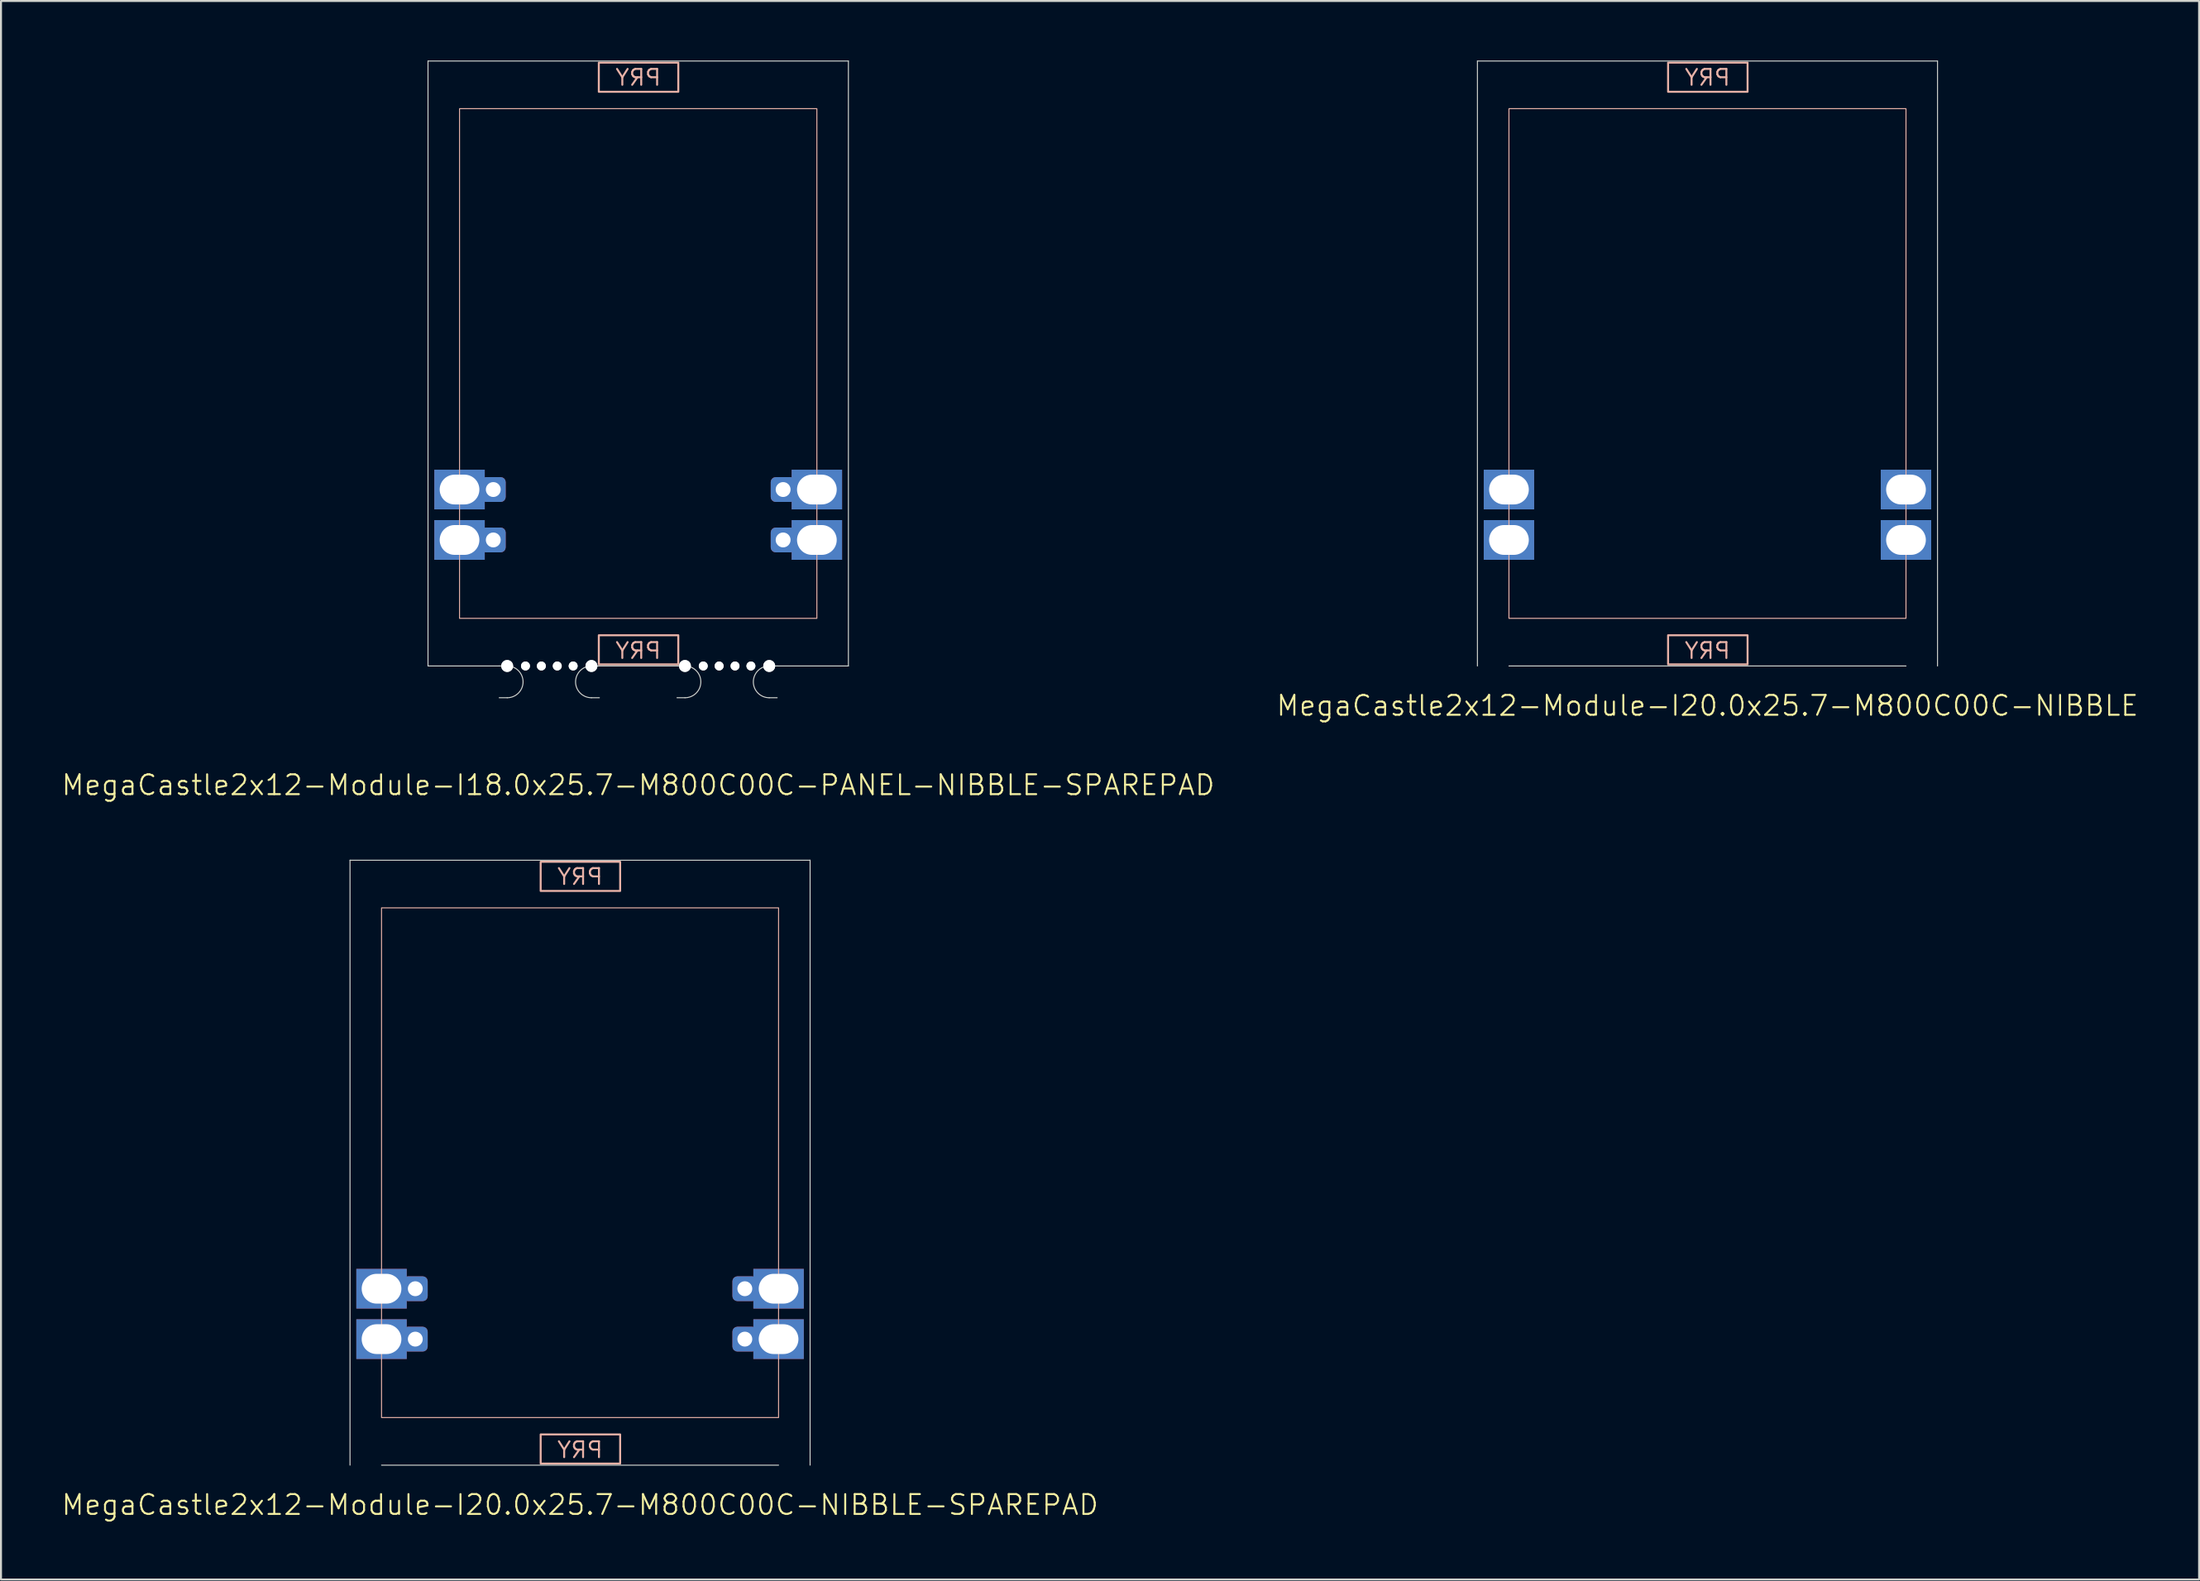
<source format=kicad_pcb>
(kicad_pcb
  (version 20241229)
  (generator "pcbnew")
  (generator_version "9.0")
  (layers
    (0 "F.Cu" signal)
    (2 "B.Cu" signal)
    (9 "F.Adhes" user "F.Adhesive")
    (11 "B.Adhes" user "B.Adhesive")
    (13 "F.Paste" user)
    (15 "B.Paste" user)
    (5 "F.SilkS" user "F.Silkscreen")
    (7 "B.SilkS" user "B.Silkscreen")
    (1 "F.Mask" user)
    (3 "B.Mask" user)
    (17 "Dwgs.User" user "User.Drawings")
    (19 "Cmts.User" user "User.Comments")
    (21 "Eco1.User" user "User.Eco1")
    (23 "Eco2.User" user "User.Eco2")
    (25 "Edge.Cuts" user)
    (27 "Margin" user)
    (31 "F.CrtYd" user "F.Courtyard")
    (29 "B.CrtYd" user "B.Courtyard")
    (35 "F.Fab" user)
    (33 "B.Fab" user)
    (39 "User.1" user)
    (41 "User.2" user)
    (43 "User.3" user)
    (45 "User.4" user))
  (footprint "MegaCastle2x12-Module-I18.0x25.7-M800C00C-PANEL-NIBBLE-SPAREPAD"
    (layer "F.Cu")
    (at 29.098 15.265)
    (property "Reference" "MegaCastle2x12-Module-I18.0x25.7-M800C00C-PANEL-NIBBLE-SPAREPAD" (at 0 21.24 0) (unlocked yes) (layer "F.SilkS") (effects (font (size 1 1) (thickness 0.1))))
    (attr smd)
    (fp_rect (start -9 12.84) (end 9 -12.84) (stroke (width 0.05) (type default)) (fill no) (layer "B.SilkS"))
    (fp_rect (start -1.984 -13.691) (end 2.02 -15.16) (stroke (width 0.1) (type default)) (fill no) (layer "B.SilkS"))
    (fp_rect (start -1.984 13.691) (end 2.02 15.16) (stroke (width 0.1) (type default)) (fill no) (layer "B.SilkS"))
    (fp_line (start -10.588 -15.24) (end -10.588 15.24) (stroke (width 0.05) (type default)) (layer "Edge.Cuts"))
    (fp_line (start -10.588 -15.24) (end 10.588 -15.24) (stroke (width 0.05) (type default)) (layer "Edge.Cuts"))
    (fp_line (start -10.588 15.24) (end -7 15.24) (stroke (width 0.05) (type default)) (layer "Edge.Cuts"))
    (fp_line (start -7 15.24) (end -6.6 15.24) (stroke (width 0.05) (type default)) (layer "Edge.Cuts"))
    (fp_line (start -7 16.84) (end -6.6 16.84) (stroke (width 0.05) (type default)) (layer "Edge.Cuts"))
    (fp_line (start -1.955 15.24) (end -2.355 15.24) (stroke (width 0.05) (type default)) (layer "Edge.Cuts"))
    (fp_line (start -1.955 15.24) (end 1.955 15.24) (stroke (width 0.05) (type default)) (layer "Edge.Cuts"))
    (fp_line (start -1.955 16.84) (end -2.355 16.84) (stroke (width 0.05) (type default)) (layer "Edge.Cuts"))
    (fp_line (start 1.955 15.24) (end 2.355 15.24) (stroke (width 0.05) (type default)) (layer "Edge.Cuts"))
    (fp_line (start 1.955 16.84) (end 2.355 16.84) (stroke (width 0.05) (type default)) (layer "Edge.Cuts"))
    (fp_line (start 7 15.24) (end 6.6 15.24) (stroke (width 0.05) (type default)) (layer "Edge.Cuts"))
    (fp_line (start 7 15.24) (end 10.588 15.24) (stroke (width 0.05) (type default)) (layer "Edge.Cuts"))
    (fp_line (start 7 16.84) (end 6.6 16.84) (stroke (width 0.05) (type default)) (layer "Edge.Cuts"))
    (fp_line (start 10.588 -15.24) (end 10.588 15.24) (stroke (width 0.05) (type default)) (layer "Edge.Cuts"))
    (fp_arc (start -6.6 15.24) (mid -5.8 16.040001) (end -6.6 16.84) (stroke (width 0.05) (type default)) (layer "Edge.Cuts"))
    (fp_arc (start -2.355 16.84) (mid -3.155 16.04) (end -2.355 15.24) (stroke (width 0.05) (type default)) (layer "Edge.Cuts"))
    (fp_arc (start 2.355 15.24) (mid 3.155 16.040001) (end 2.355 16.84) (stroke (width 0.05) (type default)) (layer "Edge.Cuts"))
    (fp_arc (start 6.6 16.84) (mid 5.8 16.04) (end 6.6 15.24) (stroke (width 0.05) (type default)) (layer "Edge.Cuts"))
    (fp_text user "PRY" (at 0 -13.94 0) (unlocked yes) (layer "B.SilkS") (effects (font (size 0.8 0.8) (thickness 0.1)) (justify bottom mirror)))
    (fp_text user "PRY" (at 0 14.94 0) (unlocked yes) (layer "B.SilkS") (effects (font (size 0.8 0.8) (thickness 0.1)) (justify bottom mirror)))
    (pad "" np_thru_hole circle (at -6.6 15.24) (size 0.6 0.6) (drill 0.6) (layers "*.Cu" "Edge.Cuts"))
    (pad "" np_thru_hole circle (at -5.678 15.24) (size 0.45 0.45) (drill 0.45) (layers "*.Cu" "Edge.Cuts"))
    (pad "" np_thru_hole circle (at -4.878 15.24) (size 0.45 0.45) (drill 0.45) (layers "*.Cu" "Edge.Cuts"))
    (pad "" np_thru_hole circle (at -4.077 15.24) (size 0.45 0.45) (drill 0.45) (layers "*.Cu" "Edge.Cuts"))
    (pad "" np_thru_hole circle (at -3.277 15.24) (size 0.45 0.45) (drill 0.45) (layers "*.Cu" "Edge.Cuts"))
    (pad "" np_thru_hole circle (at -2.355 15.24) (size 0.6 0.6) (drill 0.6) (layers "*.Cu" "Edge.Cuts"))
    (pad "" np_thru_hole circle (at 2.355 15.24) (size 0.6 0.6) (drill 0.6) (layers "*.Cu" "Edge.Cuts"))
    (pad "" np_thru_hole circle (at 3.277 15.24) (size 0.45 0.45) (drill 0.45) (layers "*.Cu" "Edge.Cuts"))
    (pad "" np_thru_hole circle (at 4.077 15.24) (size 0.45 0.45) (drill 0.45) (layers "*.Cu" "Edge.Cuts"))
    (pad "" np_thru_hole circle (at 4.878 15.24) (size 0.45 0.45) (drill 0.45) (layers "*.Cu" "Edge.Cuts"))
    (pad "" np_thru_hole circle (at 5.678 15.24) (size 0.45 0.45) (drill 0.45) (layers "*.Cu" "Edge.Cuts"))
    (pad "" np_thru_hole circle (at 6.6 15.24) (size 0.6 0.6) (drill 0.6) (layers "*.Cu" "Edge.Cuts"))
    (pad "9" thru_hole rect (at -9 6.35) (size 2.54 2) (drill oval 2 1.5) (property pad_prop_castellated) (layers "*.Cu" "*.Mask"))
    (pad "9" thru_hole roundrect (at -7.3 6.35 180) (size 1.25 1.25) (drill 0.75) (layers "*.Cu" "*.Mask") (roundrect_rratio 0.2))
    (pad "10" thru_hole rect (at -9 8.89) (size 2.54 2) (drill oval 2 1.5) (property pad_prop_castellated) (layers "*.Cu" "*.Mask"))
    (pad "10" thru_hole roundrect (at -7.3 8.89 180) (size 1.25 1.25) (drill 0.75) (layers "*.Cu" "*.Mask") (roundrect_rratio 0.2))
    (pad "21" thru_hole roundrect (at 7.3 6.35 180) (size 1.25 1.25) (drill 0.75) (layers "*.Cu" "*.Mask") (roundrect_rratio 0.2))
    (pad "21" thru_hole rect (at 9 6.35) (size 2.54 2) (drill oval 2 1.5) (property pad_prop_castellated) (layers "*.Cu" "*.Mask"))
    (pad "22" thru_hole roundrect (at 7.3 8.89 180) (size 1.25 1.25) (drill 0.75) (layers "*.Cu" "*.Mask") (roundrect_rratio 0.2))
    (pad "22" thru_hole rect (at 9 8.89) (size 2.54 2) (drill oval 2 1.5) (property pad_prop_castellated) (layers "*.Cu" "*.Mask"))
    (zone (net_name "") (layer "B.Cu") (hatch edge 0.5) (connect_pads) (min_thickness 0.25) (filled_areas_thickness no) (keepout (tracks allowed) (vias allowed) (pads allowed) (copperpour allowed) (footprints not_allowed)) (placement (enabled no)) (fill) (polygon (pts (xy 20.098 30.505) (xy 20.098 0.025))))
    (zone (net_name "") (layer "B.Cu") (hatch edge 0.5) (connect_pads) (min_thickness 0.25) (filled_areas_thickness no) (keepout (tracks allowed) (vias allowed) (pads allowed) (copperpour allowed) (footprints not_allowed)) (placement (enabled no)) (fill) (polygon (pts (xy 38.098 30.505) (xy 38.098 0.025))))
    (zone (net_name "") (layer "B.Cu") (hatch edge 0.5) (connect_pads) (min_thickness 0.25) (filled_areas_thickness no) (keepout (tracks allowed) (vias allowed) (pads allowed) (copperpour allowed) (footprints not_allowed)) (placement (enabled no)) (fill) (polygon (pts (xy 20.098 0.025) (xy 20.098 2.425) (xy 38.098 2.425) (xy 38.098 0.025))))
    (zone (net_name "") (layer "B.Cu") (hatch edge 0.5) (connect_pads) (min_thickness 0.25) (filled_areas_thickness no) (keepout (tracks allowed) (vias allowed) (pads allowed) (copperpour allowed) (footprints not_allowed)) (placement (enabled no)) (fill) (polygon (pts (xy 20.098 30.505) (xy 20.098 28.105) (xy 38.098 28.105) (xy 38.098 30.505))))
    (zone (net_name "") (layer "B.Cu") (name "Upper Pry Zone") (hatch edge 0.5) (connect_pads) (min_thickness 0.25) (filled_areas_thickness no) (keepout (tracks not_allowed) (vias not_allowed) (pads not_allowed) (copperpour allowed) (footprints not_allowed)) (placement (enabled no)) (fill) (polygon (pts (xy 27.113 1.574) (xy 27.113 0.105) (xy 31.117 0.105) (xy 31.117 1.574))))
    (zone (net_name "") (layer "B.Cu") (name "Upper Pry Zone") (hatch edge 0.5) (connect_pads) (min_thickness 0.25) (filled_areas_thickness no) (keepout (tracks not_allowed) (vias not_allowed) (pads not_allowed) (copperpour allowed) (footprints not_allowed)) (placement (enabled no)) (fill) (polygon (pts (xy 27.113 28.956) (xy 27.113 30.425) (xy 31.117 30.425) (xy 31.117 28.956)))))
  (footprint "MegaCastle2x12-Module-I20.0x25.7-M800C00C-NIBBLE-SPAREPAD"
    (layer "F.Cu")
    (at 26.169 55.531)
    (property "Reference" "MegaCastle2x12-Module-I20.0x25.7-M800C00C-NIBBLE-SPAREPAD" (at 0 17.24 0) (unlocked yes) (layer "F.SilkS") (effects (font (size 1 1) (thickness 0.1))))
    (attr smd)
    (fp_rect (start -10 12.84) (end 10 -12.84) (stroke (width 0.05) (type default)) (fill no) (layer "B.SilkS"))
    (fp_rect (start -1.984 -13.691) (end 2.02 -15.16) (stroke (width 0.1) (type default)) (fill no) (layer "B.SilkS"))
    (fp_rect (start -1.984 13.691) (end 2.02 15.16) (stroke (width 0.1) (type default)) (fill no) (layer "B.SilkS"))
    (fp_line (start -11.588 -15.24) (end -11.588 15.24) (stroke (width 0.05) (type default)) (layer "Edge.Cuts"))
    (fp_line (start -11.588 -15.24) (end 11.588 -15.24) (stroke (width 0.05) (type default)) (layer "Edge.Cuts"))
    (fp_line (start -10 15.24) (end 10 15.24) (stroke (width 0.05) (type default)) (layer "Edge.Cuts"))
    (fp_line (start 11.588 -15.24) (end 11.588 15.24) (stroke (width 0.05) (type default)) (layer "Edge.Cuts"))
    (fp_text user "PRY" (at 0 -13.94 0) (unlocked yes) (layer "B.SilkS") (effects (font (size 0.8 0.8) (thickness 0.1)) (justify bottom mirror)))
    (fp_text user "PRY" (at 0 14.94 0) (unlocked yes) (layer "B.SilkS") (effects (font (size 0.8 0.8) (thickness 0.1)) (justify bottom mirror)))
    (pad "9" thru_hole rect (at -10 6.35) (size 2.54 2) (drill oval 2 1.5) (property pad_prop_castellated) (layers "*.Cu" "*.Mask"))
    (pad "9" thru_hole roundrect (at -8.3 6.35 180) (size 1.25 1.25) (drill 0.75) (layers "*.Cu" "*.Mask") (roundrect_rratio 0.2))
    (pad "10" thru_hole rect (at -10 8.89) (size 2.54 2) (drill oval 2 1.5) (property pad_prop_castellated) (layers "*.Cu" "*.Mask"))
    (pad "10" thru_hole roundrect (at -8.3 8.89 180) (size 1.25 1.25) (drill 0.75) (layers "*.Cu" "*.Mask") (roundrect_rratio 0.2))
    (pad "21" thru_hole roundrect (at 8.3 6.35 180) (size 1.25 1.25) (drill 0.75) (layers "*.Cu" "*.Mask") (roundrect_rratio 0.2))
    (pad "21" thru_hole rect (at 10 6.35) (size 2.54 2) (drill oval 2 1.5) (property pad_prop_castellated) (layers "*.Cu" "*.Mask"))
    (pad "22" thru_hole roundrect (at 8.3 8.89 180) (size 1.25 1.25) (drill 0.75) (layers "*.Cu" "*.Mask") (roundrect_rratio 0.2))
    (pad "22" thru_hole rect (at 10 8.89) (size 2.54 2) (drill oval 2 1.5) (property pad_prop_castellated) (layers "*.Cu" "*.Mask"))
    (zone (net_name "") (layer "B.Cu") (hatch edge 0.5) (connect_pads) (min_thickness 0.25) (filled_areas_thickness no) (keepout (tracks allowed) (vias allowed) (pads allowed) (copperpour allowed) (footprints not_allowed)) (placement (enabled no)) (fill) (polygon (pts (xy 16.169 70.77) (xy 16.169 40.291))))
    (zone (net_name "") (layer "B.Cu") (hatch edge 0.5) (connect_pads) (min_thickness 0.25) (filled_areas_thickness no) (keepout (tracks allowed) (vias allowed) (pads allowed) (copperpour allowed) (footprints not_allowed)) (placement (enabled no)) (fill) (polygon (pts (xy 36.169 70.77) (xy 36.169 40.291))))
    (zone (net_name "") (layer "B.Cu") (hatch edge 0.5) (connect_pads) (min_thickness 0.25) (filled_areas_thickness no) (keepout (tracks allowed) (vias allowed) (pads allowed) (copperpour allowed) (footprints not_allowed)) (placement (enabled no)) (fill) (polygon (pts (xy 16.169 40.291) (xy 16.169 42.691) (xy 36.169 42.691) (xy 36.169 40.291))))
    (zone (net_name "") (layer "B.Cu") (hatch edge 0.5) (connect_pads) (min_thickness 0.25) (filled_areas_thickness no) (keepout (tracks allowed) (vias allowed) (pads allowed) (copperpour allowed) (footprints not_allowed)) (placement (enabled no)) (fill) (polygon (pts (xy 16.169 70.77) (xy 16.169 68.371) (xy 36.169 68.371) (xy 36.169 70.77))))
    (zone (net_name "") (layer "B.Cu") (name "Upper Pry Zone") (hatch edge 0.5) (connect_pads) (min_thickness 0.25) (filled_areas_thickness no) (keepout (tracks not_allowed) (vias not_allowed) (pads not_allowed) (copperpour allowed) (footprints not_allowed)) (placement (enabled no)) (fill) (polygon (pts (xy 24.185 41.839) (xy 24.185 40.37) (xy 28.189 40.37) (xy 28.189 41.839))))
    (zone (net_name "") (layer "B.Cu") (name "Upper Pry Zone") (hatch edge 0.5) (connect_pads) (min_thickness 0.25) (filled_areas_thickness no) (keepout (tracks not_allowed) (vias not_allowed) (pads not_allowed) (copperpour allowed) (footprints not_allowed)) (placement (enabled no)) (fill) (polygon (pts (xy 24.185 69.222) (xy 24.185 70.691) (xy 28.189 70.691) (xy 28.189 69.222)))))
  (footprint "MegaCastle2x12-Module-I20.0x25.7-M800C00C-NIBBLE"
    (layer "F.Cu")
    (at 82.96 15.265)
    (property "Reference" "MegaCastle2x12-Module-I20.0x25.7-M800C00C-NIBBLE" (at 0 17.24 0) (unlocked yes) (layer "F.SilkS") (effects (font (size 1 1) (thickness 0.1))))
    (attr smd)
    (fp_rect (start -10 12.84) (end 10 -12.84) (stroke (width 0.05) (type default)) (fill no) (layer "B.SilkS"))
    (fp_rect (start -1.984 -13.691) (end 2.02 -15.16) (stroke (width 0.1) (type default)) (fill no) (layer "B.SilkS"))
    (fp_rect (start -1.984 13.691) (end 2.02 15.16) (stroke (width 0.1) (type default)) (fill no) (layer "B.SilkS"))
    (fp_line (start -11.588 -15.24) (end -11.588 15.24) (stroke (width 0.05) (type default)) (layer "Edge.Cuts"))
    (fp_line (start -11.588 -15.24) (end 11.588 -15.24) (stroke (width 0.05) (type default)) (layer "Edge.Cuts"))
    (fp_line (start -10 15.24) (end 10 15.24) (stroke (width 0.05) (type default)) (layer "Edge.Cuts"))
    (fp_line (start 11.588 -15.24) (end 11.588 15.24) (stroke (width 0.05) (type default)) (layer "Edge.Cuts"))
    (fp_text user "PRY" (at 0 -13.94 0) (unlocked yes) (layer "B.SilkS") (effects (font (size 0.8 0.8) (thickness 0.1)) (justify bottom mirror)))
    (fp_text user "PRY" (at 0 14.94 0) (unlocked yes) (layer "B.SilkS") (effects (font (size 0.8 0.8) (thickness 0.1)) (justify bottom mirror)))
    (pad "9" thru_hole rect (at -10 6.35) (size 2.54 2) (drill oval 2 1.5) (property pad_prop_castellated) (layers "*.Cu" "*.Mask"))
    (pad "10" thru_hole rect (at -10 8.89) (size 2.54 2) (drill oval 2 1.5) (property pad_prop_castellated) (layers "*.Cu" "*.Mask"))
    (pad "21" thru_hole rect (at 10 6.35) (size 2.54 2) (drill oval 2 1.5) (property pad_prop_castellated) (layers "*.Cu" "*.Mask"))
    (pad "22" thru_hole rect (at 10 8.89) (size 2.54 2) (drill oval 2 1.5) (property pad_prop_castellated) (layers "*.Cu" "*.Mask"))
    (zone (net_name "") (layer "B.Cu") (hatch edge 0.5) (connect_pads) (min_thickness 0.25) (filled_areas_thickness no) (keepout (tracks allowed) (vias allowed) (pads allowed) (copperpour allowed) (footprints not_allowed)) (placement (enabled no)) (fill) (polygon (pts (xy 72.96 30.505) (xy 72.96 0.025))))
    (zone (net_name "") (layer "B.Cu") (hatch edge 0.5) (connect_pads) (min_thickness 0.25) (filled_areas_thickness no) (keepout (tracks allowed) (vias allowed) (pads allowed) (copperpour allowed) (footprints not_allowed)) (placement (enabled no)) (fill) (polygon (pts (xy 92.96 30.505) (xy 92.96 0.025))))
    (zone (net_name "") (layer "B.Cu") (hatch edge 0.5) (connect_pads) (min_thickness 0.25) (filled_areas_thickness no) (keepout (tracks allowed) (vias allowed) (pads allowed) (copperpour allowed) (footprints not_allowed)) (placement (enabled no)) (fill) (polygon (pts (xy 72.96 0.025) (xy 72.96 2.425) (xy 92.96 2.425) (xy 92.96 0.025))))
    (zone (net_name "") (layer "B.Cu") (hatch edge 0.5) (connect_pads) (min_thickness 0.25) (filled_areas_thickness no) (keepout (tracks allowed) (vias allowed) (pads allowed) (copperpour allowed) (footprints not_allowed)) (placement (enabled no)) (fill) (polygon (pts (xy 72.96 30.505) (xy 72.96 28.105) (xy 92.96 28.105) (xy 92.96 30.505))))
    (zone (net_name "") (layer "B.Cu") (name "Upper Pry Zone") (hatch edge 0.5) (connect_pads) (min_thickness 0.25) (filled_areas_thickness no) (keepout (tracks not_allowed) (vias not_allowed) (pads not_allowed) (copperpour allowed) (footprints not_allowed)) (placement (enabled no)) (fill) (polygon (pts (xy 80.975 1.574) (xy 80.975 0.105) (xy 84.979 0.105) (xy 84.979 1.574))))
    (zone (net_name "") (layer "B.Cu") (name "Upper Pry Zone") (hatch edge 0.5) (connect_pads) (min_thickness 0.25) (filled_areas_thickness no) (keepout (tracks not_allowed) (vias not_allowed) (pads not_allowed) (copperpour allowed) (footprints not_allowed)) (placement (enabled no)) (fill) (polygon (pts (xy 80.975 28.956) (xy 80.975 30.425) (xy 84.979 30.425) (xy 84.979 28.956)))))
  (gr_rect
    (start -3 -3)
    (end 107.724 76.531)
    (stroke (width 0.1) (type default))
    (fill no)
    (layer "Edge.Cuts")))
</source>
